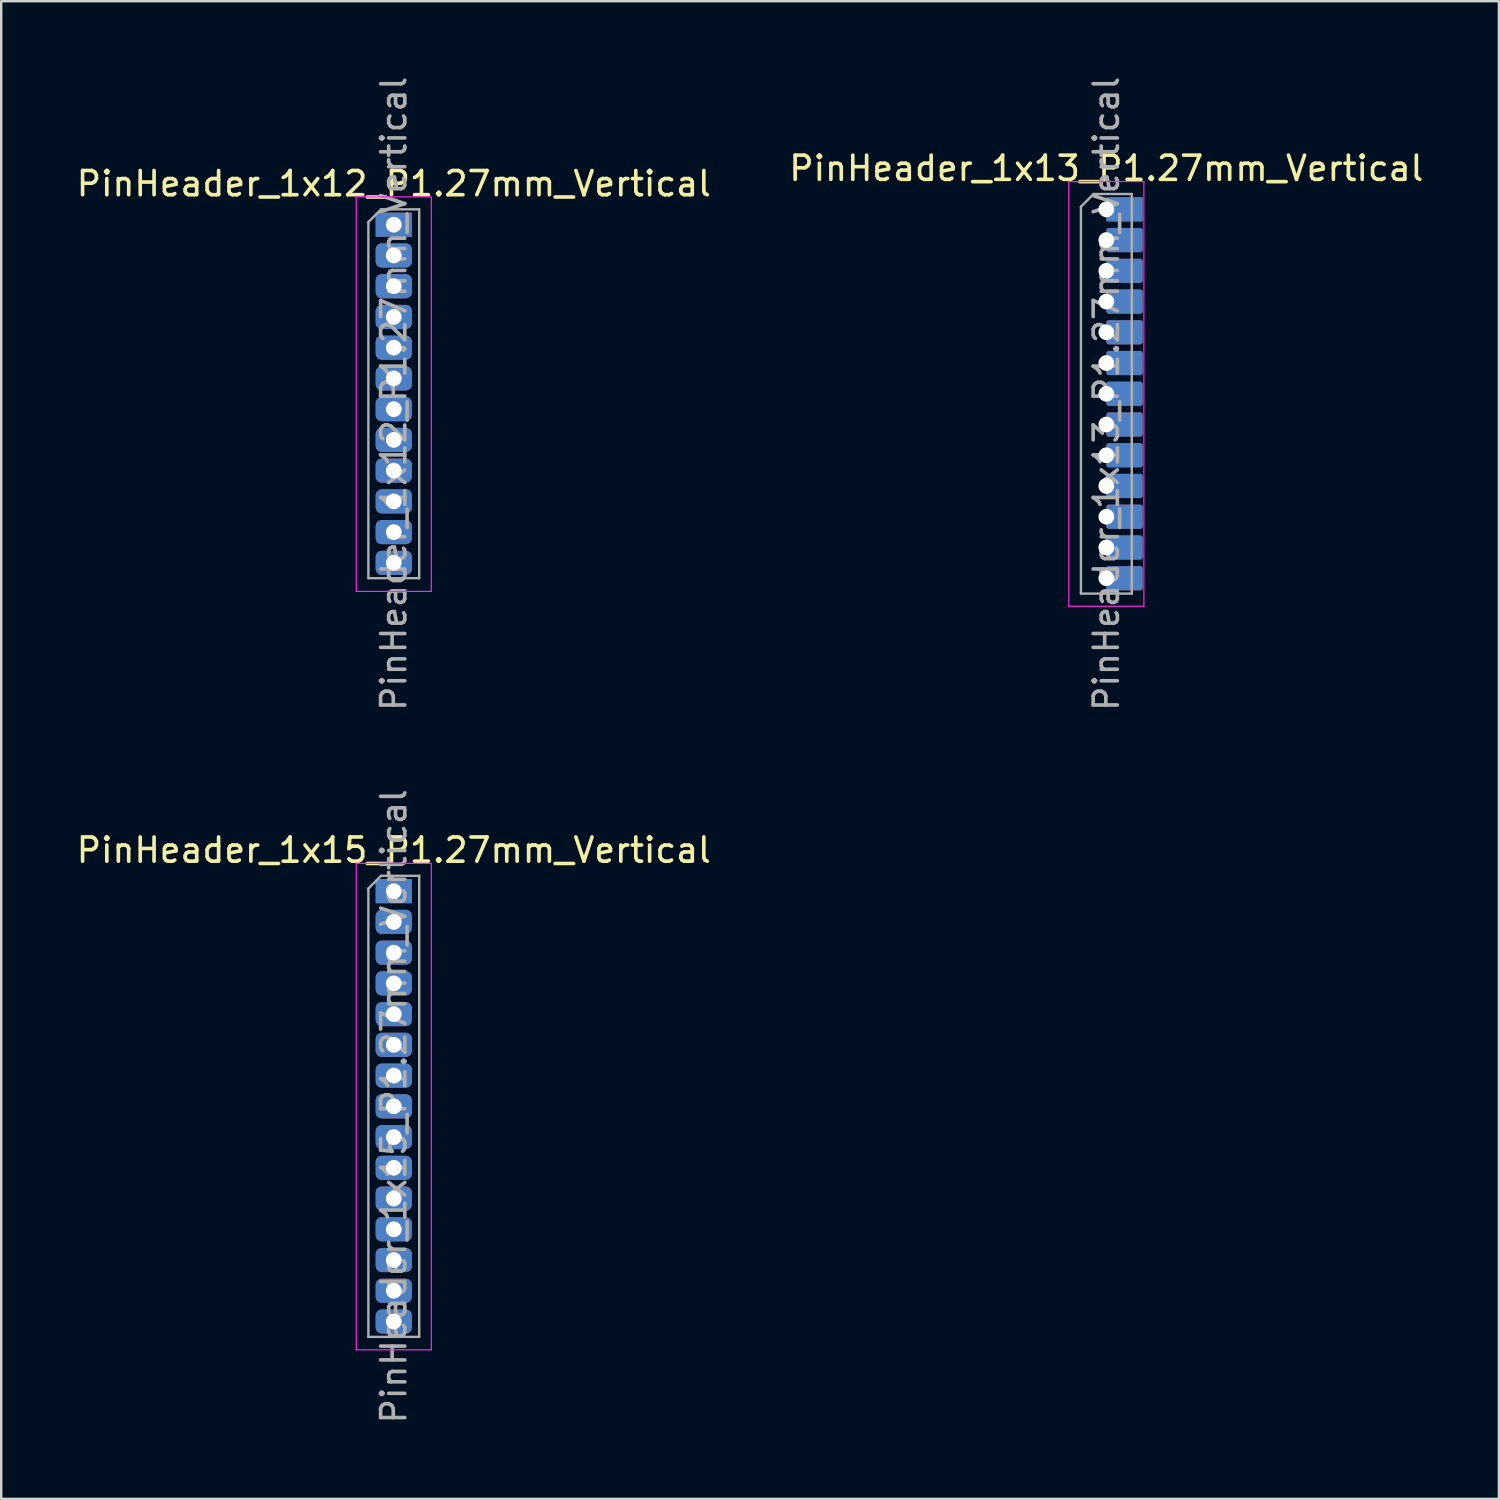
<source format=kicad_pcb>
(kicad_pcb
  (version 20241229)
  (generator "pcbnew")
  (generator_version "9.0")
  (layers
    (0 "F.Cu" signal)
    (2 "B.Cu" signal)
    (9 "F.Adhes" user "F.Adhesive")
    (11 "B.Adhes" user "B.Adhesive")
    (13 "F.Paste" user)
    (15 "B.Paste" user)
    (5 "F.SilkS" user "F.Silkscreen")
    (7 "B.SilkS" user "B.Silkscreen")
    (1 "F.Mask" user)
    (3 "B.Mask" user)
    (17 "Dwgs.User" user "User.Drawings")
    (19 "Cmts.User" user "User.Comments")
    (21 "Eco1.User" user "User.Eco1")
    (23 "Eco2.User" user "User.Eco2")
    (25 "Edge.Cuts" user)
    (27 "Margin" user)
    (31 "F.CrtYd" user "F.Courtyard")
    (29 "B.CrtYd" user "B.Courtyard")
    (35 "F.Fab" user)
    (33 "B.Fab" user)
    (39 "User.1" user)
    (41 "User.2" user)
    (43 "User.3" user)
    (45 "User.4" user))
  (footprint "PinHeader_1x13_P1.27mm_Vertical"
    (layer "F.Cu")
    (at 42.661 5.6)
    (property "Reference" "PinHeader_1x13_P1.27mm_Vertical" (at 0 -1.695 0) (layer "F.SilkS") (effects (font (size 1 1) (thickness 0.15))))
    (attr through_hole)
    (fp_line (start -1.55 -1.15) (end -1.55 16.4) (stroke (width 0.05) (type solid)) (layer "F.CrtYd"))
    (fp_line (start -1.55 16.4) (end 1.55 16.4) (stroke (width 0.05) (type solid)) (layer "F.CrtYd"))
    (fp_line (start 1.55 -1.15) (end -1.55 -1.15) (stroke (width 0.05) (type solid)) (layer "F.CrtYd"))
    (fp_line (start 1.55 16.4) (end 1.55 -1.15) (stroke (width 0.05) (type solid)) (layer "F.CrtYd"))
    (fp_line (start -1.05 -0.11) (end -0.525 -0.635) (stroke (width 0.1) (type solid)) (layer "F.Fab"))
    (fp_line (start -1.05 15.875) (end -1.05 -0.11) (stroke (width 0.1) (type solid)) (layer "F.Fab"))
    (fp_line (start -0.525 -0.635) (end 1.05 -0.635) (stroke (width 0.1) (type solid)) (layer "F.Fab"))
    (fp_line (start 1.05 -0.635) (end 1.05 15.875) (stroke (width 0.1) (type solid)) (layer "F.Fab"))
    (fp_line (start 1.05 15.875) (end -1.05 15.875) (stroke (width 0.1) (type solid)) (layer "F.Fab"))
    (fp_text user "${REFERENCE}" (at 0 7.62 90) (layer "F.Fab") (effects (font (size 1 1) (thickness 0.15))))
    (pad "1" thru_hole rect (at 0 0) (size 1.5 1) (drill 0.65 (offset 0.75 0)) (property pad_prop_castellated) (layers "*.Cu" "*.Mask"))
    (pad "2" thru_hole roundrect (at 0 1.27) (size 1.5 1) (drill 0.65 (offset 0.75 0)) (property pad_prop_castellated) (layers "*.Cu" "*.Mask") (roundrect_rratio 0.1))
    (pad "3" thru_hole roundrect (at 0 2.54) (size 1.5 1) (drill 0.65 (offset 0.75 0)) (property pad_prop_castellated) (layers "*.Cu" "*.Mask") (roundrect_rratio 0.1))
    (pad "4" thru_hole roundrect (at 0 3.81) (size 1.5 1) (drill 0.65 (offset 0.75 0)) (property pad_prop_castellated) (layers "*.Cu" "*.Mask") (roundrect_rratio 0.1))
    (pad "5" thru_hole roundrect (at 0 5.08) (size 1.5 1) (drill 0.65 (offset 0.75 0)) (property pad_prop_castellated) (layers "*.Cu" "*.Mask") (roundrect_rratio 0.1))
    (pad "6" thru_hole roundrect (at 0 6.35) (size 1.5 1) (drill 0.65 (offset 0.75 0)) (property pad_prop_castellated) (layers "*.Cu" "*.Mask") (roundrect_rratio 0.1))
    (pad "7" thru_hole roundrect (at 0 7.62) (size 1.5 1) (drill 0.65 (offset 0.75 0)) (property pad_prop_castellated) (layers "*.Cu" "*.Mask") (roundrect_rratio 0.1))
    (pad "8" thru_hole roundrect (at 0 8.89) (size 1.5 1) (drill 0.65 (offset 0.75 0)) (property pad_prop_castellated) (layers "*.Cu" "*.Mask") (roundrect_rratio 0.1))
    (pad "9" thru_hole roundrect (at 0 10.16) (size 1.5 1) (drill 0.65 (offset 0.75 0)) (property pad_prop_castellated) (layers "*.Cu" "*.Mask") (roundrect_rratio 0.1))
    (pad "10" thru_hole roundrect (at 0 11.43) (size 1.5 1) (drill 0.65 (offset 0.75 0)) (property pad_prop_castellated) (layers "*.Cu" "*.Mask") (roundrect_rratio 0.1))
    (pad "11" thru_hole roundrect (at 0 12.7) (size 1.5 1) (drill 0.65 (offset 0.75 0)) (property pad_prop_castellated) (layers "*.Cu" "*.Mask") (roundrect_rratio 0.1))
    (pad "12" thru_hole roundrect (at 0 13.97) (size 1.5 1) (drill 0.65 (offset 0.75 0)) (property pad_prop_castellated) (layers "*.Cu" "*.Mask") (roundrect_rratio 0.1))
    (pad "13" thru_hole roundrect (at 0 15.24) (size 1.5 1) (drill 0.65 (offset 0.75 0)) (property pad_prop_castellated) (layers "*.Cu" "*.Mask") (roundrect_rratio 0.1)))
  (footprint "PinHeader_1x15_P1.27mm_Vertical"
    (layer "F.Cu")
    (at 13.22 33.771)
    (property "Reference" "PinHeader_1x15_P1.27mm_Vertical" (at 0 -1.695 0) (layer "F.SilkS") (effects (font (size 1 1) (thickness 0.15))))
    (attr through_hole)
    (fp_line (start -1.55 -1.15) (end -1.55 18.95) (stroke (width 0.05) (type solid)) (layer "F.CrtYd"))
    (fp_line (start -1.55 18.95) (end 1.55 18.95) (stroke (width 0.05) (type solid)) (layer "F.CrtYd"))
    (fp_line (start 1.55 -1.15) (end -1.55 -1.15) (stroke (width 0.05) (type solid)) (layer "F.CrtYd"))
    (fp_line (start 1.55 18.95) (end 1.55 -1.15) (stroke (width 0.05) (type solid)) (layer "F.CrtYd"))
    (fp_line (start -1.05 -0.11) (end -0.525 -0.635) (stroke (width 0.1) (type solid)) (layer "F.Fab"))
    (fp_line (start -1.05 18.415) (end -1.05 -0.11) (stroke (width 0.1) (type solid)) (layer "F.Fab"))
    (fp_line (start -0.525 -0.635) (end 1.05 -0.635) (stroke (width 0.1) (type solid)) (layer "F.Fab"))
    (fp_line (start 1.05 -0.635) (end 1.05 18.415) (stroke (width 0.1) (type solid)) (layer "F.Fab"))
    (fp_line (start 1.05 18.415) (end -1.05 18.415) (stroke (width 0.1) (type solid)) (layer "F.Fab"))
    (fp_text user "${REFERENCE}" (at 0 8.89 90) (layer "F.Fab") (effects (font (size 1 1) (thickness 0.15))))
    (pad "1" thru_hole rect (at 0 0) (size 1.5 1) (drill 0.65) (property pad_prop_castellated) (layers "*.Cu" "*.Mask"))
    (pad "2" thru_hole roundrect (at 0 1.27) (size 1.5 1) (drill 0.65) (property pad_prop_castellated) (layers "*.Cu" "*.Mask") (roundrect_rratio 0.25))
    (pad "3" thru_hole roundrect (at 0 2.54) (size 1.5 1) (drill 0.65) (property pad_prop_castellated) (layers "*.Cu" "*.Mask") (roundrect_rratio 0.25))
    (pad "4" thru_hole roundrect (at 0 3.81) (size 1.5 1) (drill 0.65) (property pad_prop_castellated) (layers "*.Cu" "*.Mask") (roundrect_rratio 0.25))
    (pad "5" thru_hole roundrect (at 0 5.08) (size 1.5 1) (drill 0.65) (property pad_prop_castellated) (layers "*.Cu" "*.Mask") (roundrect_rratio 0.25))
    (pad "6" thru_hole roundrect (at 0 6.35) (size 1.5 1) (drill 0.65) (property pad_prop_castellated) (layers "*.Cu" "*.Mask") (roundrect_rratio 0.25))
    (pad "7" thru_hole roundrect (at 0 7.62) (size 1.5 1) (drill 0.65) (property pad_prop_castellated) (layers "*.Cu" "*.Mask") (roundrect_rratio 0.25))
    (pad "8" thru_hole roundrect (at 0 8.89) (size 1.5 1) (drill 0.65) (property pad_prop_castellated) (layers "*.Cu" "*.Mask") (roundrect_rratio 0.25))
    (pad "9" thru_hole roundrect (at 0 10.16) (size 1.5 1) (drill 0.65) (property pad_prop_castellated) (layers "*.Cu" "*.Mask") (roundrect_rratio 0.25))
    (pad "10" thru_hole roundrect (at 0 11.43) (size 1.5 1) (drill 0.65) (property pad_prop_castellated) (layers "*.Cu" "*.Mask") (roundrect_rratio 0.25))
    (pad "11" thru_hole roundrect (at 0 12.7) (size 1.5 1) (drill 0.65) (property pad_prop_castellated) (layers "*.Cu" "*.Mask") (roundrect_rratio 0.25))
    (pad "12" thru_hole roundrect (at 0 13.97) (size 1.5 1) (drill 0.65) (property pad_prop_castellated) (layers "*.Cu" "*.Mask") (roundrect_rratio 0.25))
    (pad "13" thru_hole roundrect (at 0 15.24) (size 1.5 1) (drill 0.65) (property pad_prop_castellated) (layers "*.Cu" "*.Mask") (roundrect_rratio 0.25))
    (pad "14" thru_hole roundrect (at 0 16.51) (size 1.5 1) (drill 0.65) (property pad_prop_castellated) (layers "*.Cu" "*.Mask") (roundrect_rratio 0.25))
    (pad "15" thru_hole roundrect (at 0 17.78) (size 1.5 1) (drill 0.65) (property pad_prop_castellated) (layers "*.Cu" "*.Mask") (roundrect_rratio 0.25)))
  (footprint "PinHeader_1x12_P1.27mm_Vertical"
    (layer "F.Cu")
    (at 13.22 6.235)
    (property "Reference" "PinHeader_1x12_P1.27mm_Vertical" (at 0 -1.695 0) (layer "F.SilkS") (effects (font (size 1 1) (thickness 0.15))))
    (attr through_hole)
    (fp_line (start -1.55 -1.15) (end -1.55 15.15) (stroke (width 0.05) (type solid)) (layer "F.CrtYd"))
    (fp_line (start -1.55 15.15) (end 1.55 15.15) (stroke (width 0.05) (type solid)) (layer "F.CrtYd"))
    (fp_line (start 1.55 -1.15) (end -1.55 -1.15) (stroke (width 0.05) (type solid)) (layer "F.CrtYd"))
    (fp_line (start 1.55 15.15) (end 1.55 -1.15) (stroke (width 0.05) (type solid)) (layer "F.CrtYd"))
    (fp_line (start -1.05 -0.11) (end -0.525 -0.635) (stroke (width 0.1) (type solid)) (layer "F.Fab"))
    (fp_line (start -1.05 14.605) (end -1.05 -0.11) (stroke (width 0.1) (type solid)) (layer "F.Fab"))
    (fp_line (start -0.525 -0.635) (end 1.05 -0.635) (stroke (width 0.1) (type solid)) (layer "F.Fab"))
    (fp_line (start 1.05 -0.635) (end 1.05 14.605) (stroke (width 0.1) (type solid)) (layer "F.Fab"))
    (fp_line (start 1.05 14.605) (end -1.05 14.605) (stroke (width 0.1) (type solid)) (layer "F.Fab"))
    (fp_text user "${REFERENCE}" (at 0 6.985 90) (layer "F.Fab") (effects (font (size 1 1) (thickness 0.15))))
    (pad "1" thru_hole rect (at 0 0) (size 1.5 1) (drill 0.65) (property pad_prop_castellated) (layers "*.Cu" "*.Mask"))
    (pad "2" thru_hole roundrect (at 0 1.27) (size 1.5 1) (drill 0.65) (property pad_prop_castellated) (layers "*.Cu" "*.Mask") (roundrect_rratio 0.25))
    (pad "3" thru_hole roundrect (at 0 2.54) (size 1.5 1) (drill 0.65) (property pad_prop_castellated) (layers "*.Cu" "*.Mask") (roundrect_rratio 0.25))
    (pad "4" thru_hole roundrect (at 0 3.81) (size 1.5 1) (drill 0.65) (property pad_prop_castellated) (layers "*.Cu" "*.Mask") (roundrect_rratio 0.25))
    (pad "5" thru_hole roundrect (at 0 5.08) (size 1.5 1) (drill 0.65) (property pad_prop_castellated) (layers "*.Cu" "*.Mask") (roundrect_rratio 0.25))
    (pad "6" thru_hole roundrect (at 0 6.35) (size 1.5 1) (drill 0.65) (property pad_prop_castellated) (layers "*.Cu" "*.Mask") (roundrect_rratio 0.25))
    (pad "7" thru_hole roundrect (at 0 7.62) (size 1.5 1) (drill 0.65) (property pad_prop_castellated) (layers "*.Cu" "*.Mask") (roundrect_rratio 0.25))
    (pad "8" thru_hole roundrect (at 0 8.89) (size 1.5 1) (drill 0.65) (property pad_prop_castellated) (layers "*.Cu" "*.Mask") (roundrect_rratio 0.25))
    (pad "9" thru_hole roundrect (at 0 10.16) (size 1.5 1) (drill 0.65) (property pad_prop_castellated) (layers "*.Cu" "*.Mask") (roundrect_rratio 0.25))
    (pad "10" thru_hole roundrect (at 0 11.43) (size 1.5 1) (drill 0.65) (property pad_prop_castellated) (layers "*.Cu" "*.Mask") (roundrect_rratio 0.25))
    (pad "11" thru_hole roundrect (at 0 12.7) (size 1.5 1) (drill 0.65) (property pad_prop_castellated) (layers "*.Cu" "*.Mask") (roundrect_rratio 0.25))
    (pad "12" thru_hole roundrect (at 0 13.97) (size 1.5 1) (drill 0.65) (property pad_prop_castellated) (layers "*.Cu" "*.Mask") (roundrect_rratio 0.25)))
  (gr_rect
    (start -3 -3)
    (end 58.881 58.881)
    (stroke (width 0.1) (type default))
    (fill no)
    (layer "Edge.Cuts")))
</source>
